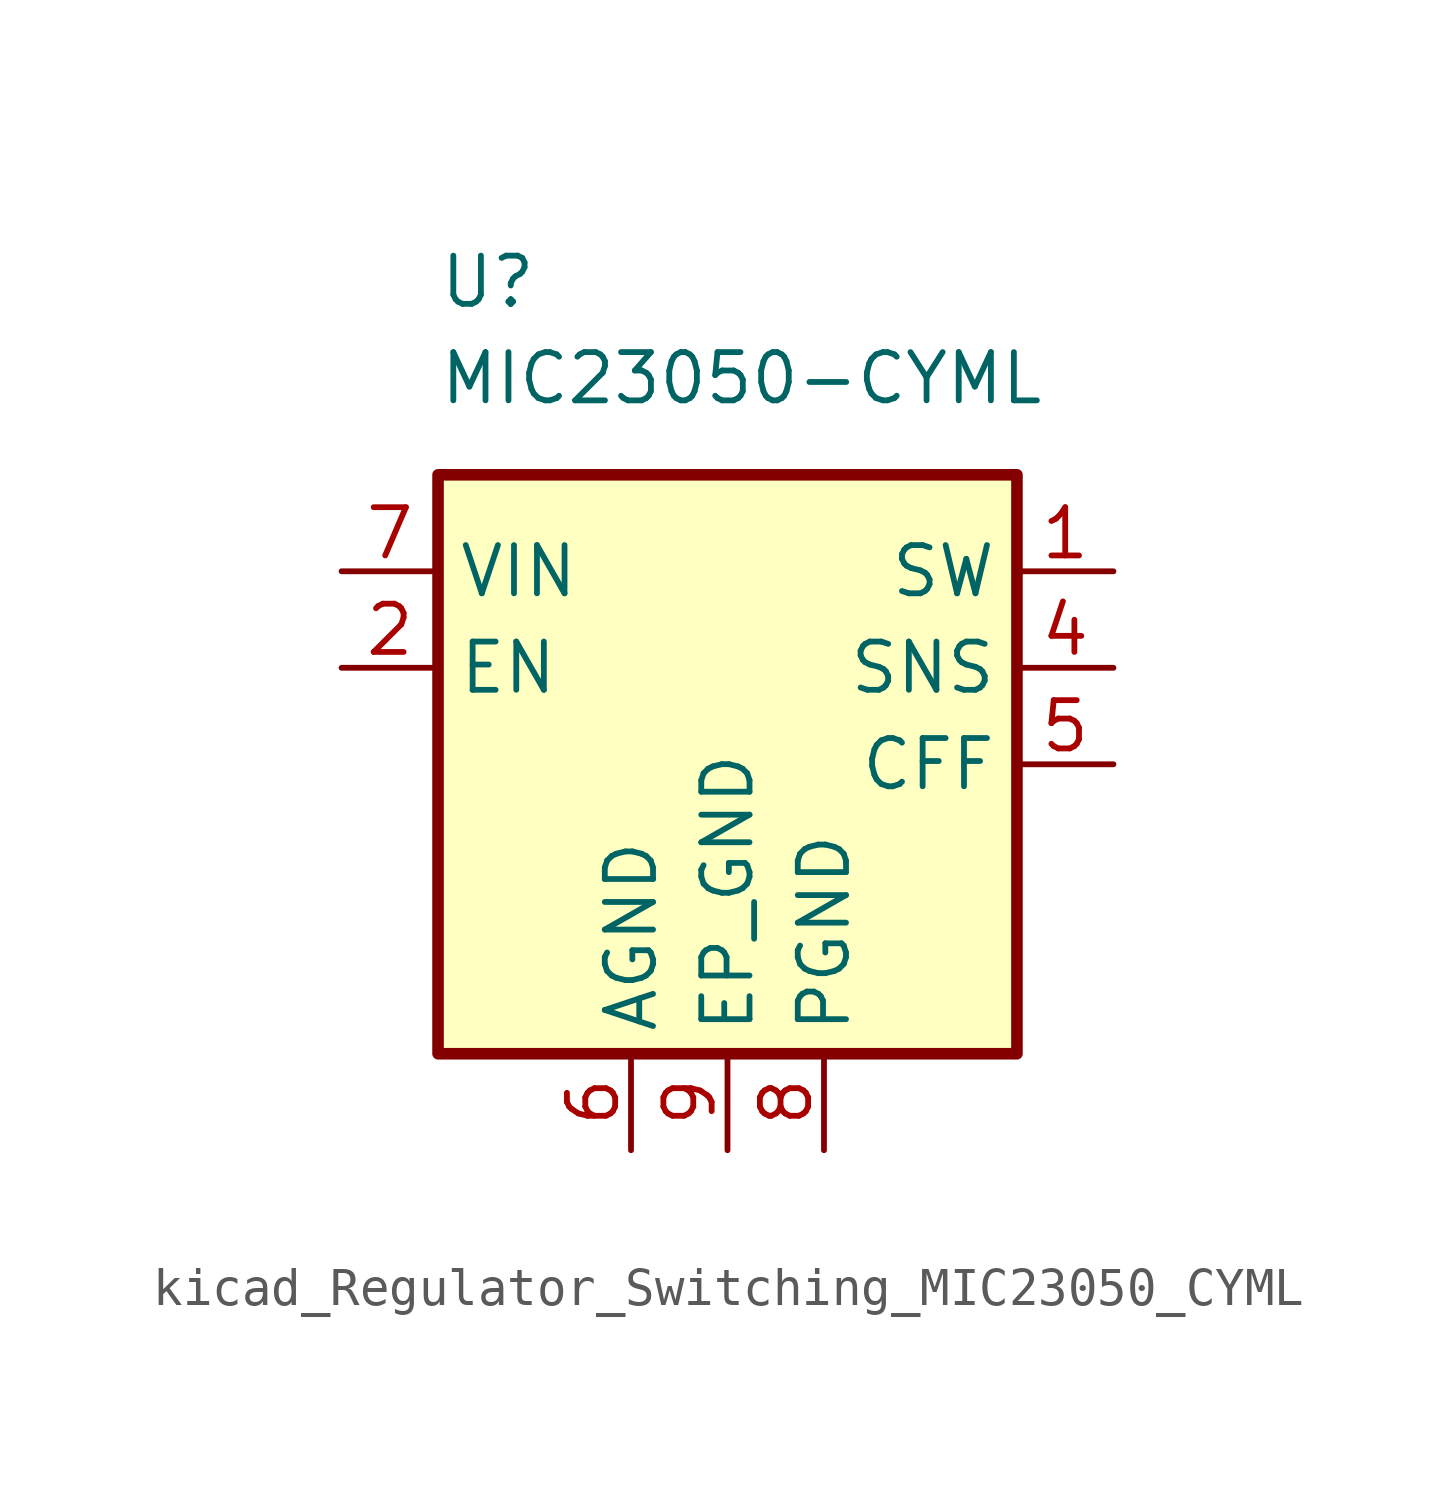
<source format=kicad_sym>
(kicad_symbol_lib
  (version 20220914)
  (generator kicad_symbol_editor)
  (symbol "kicad_Regulator_Switching_MIC23050_CYML"
    (property "Reference" "U"
      (at -7.62 12.7 0)
      (effects (font (size 1.27 1.27)) (justify left)))
    (property "Value" "MIC23050-CYML"
      (at -7.62 10.16 0)
      (effects (font (size 1.27 1.27)) (justify left)))
    (symbol "kicad_Regulator_Switching_MIC23050_CYML_0_0"
      (pin power_in line (at 0 -10.16 90) (length 2.54) (name "EP_GND" (effects (font (size 1.27 1.27)))) (number "9" (effects (font (size 1.27 1.27))))))
    (symbol "kicad_Regulator_Switching_MIC23050_CYML_1_1"
      (rectangle (start -7.62 7.62) (end 7.62 -7.62) (stroke (width 0.305) (type default)) (fill (type background)))
      (pin output line (at 10.16 5.08 180) (length 2.54) (name "SW" (effects (font (size 1.27 1.27)))) (number "1" (effects (font (size 1.27 1.27)))))
      (pin input line (at -10.16 2.54 0) (length 2.54) (name "EN" (effects (font (size 1.27 1.27)))) (number "2" (effects (font (size 1.27 1.27)))))
      (pin no_connect line (at -7.62 0 0) (length 2.54) hide (name "NC" (effects (font (size 1.27 1.27)))) (number "3" (effects (font (size 1.27 1.27)))))
      (pin input line (at 10.16 2.54 180) (length 2.54) (name "SNS" (effects (font (size 1.27 1.27)))) (number "4" (effects (font (size 1.27 1.27)))))
      (pin output line (at 10.16 0 180) (length 2.54) (name "CFF" (effects (font (size 1.27 1.27)))) (number "5" (effects (font (size 1.27 1.27)))))
      (pin power_in line (at -2.54 -10.16 90) (length 2.54) (name "AGND" (effects (font (size 1.27 1.27)))) (number "6" (effects (font (size 1.27 1.27)))))
      (pin power_in line (at -10.16 5.08 0) (length 2.54) (name "VIN" (effects (font (size 1.27 1.27)))) (number "7" (effects (font (size 1.27 1.27)))))
      (pin power_in line (at 2.54 -10.16 90) (length 2.54) (name "PGND" (effects (font (size 1.27 1.27)))) (number "8" (effects (font (size 1.27 1.27))))))))
</source>
